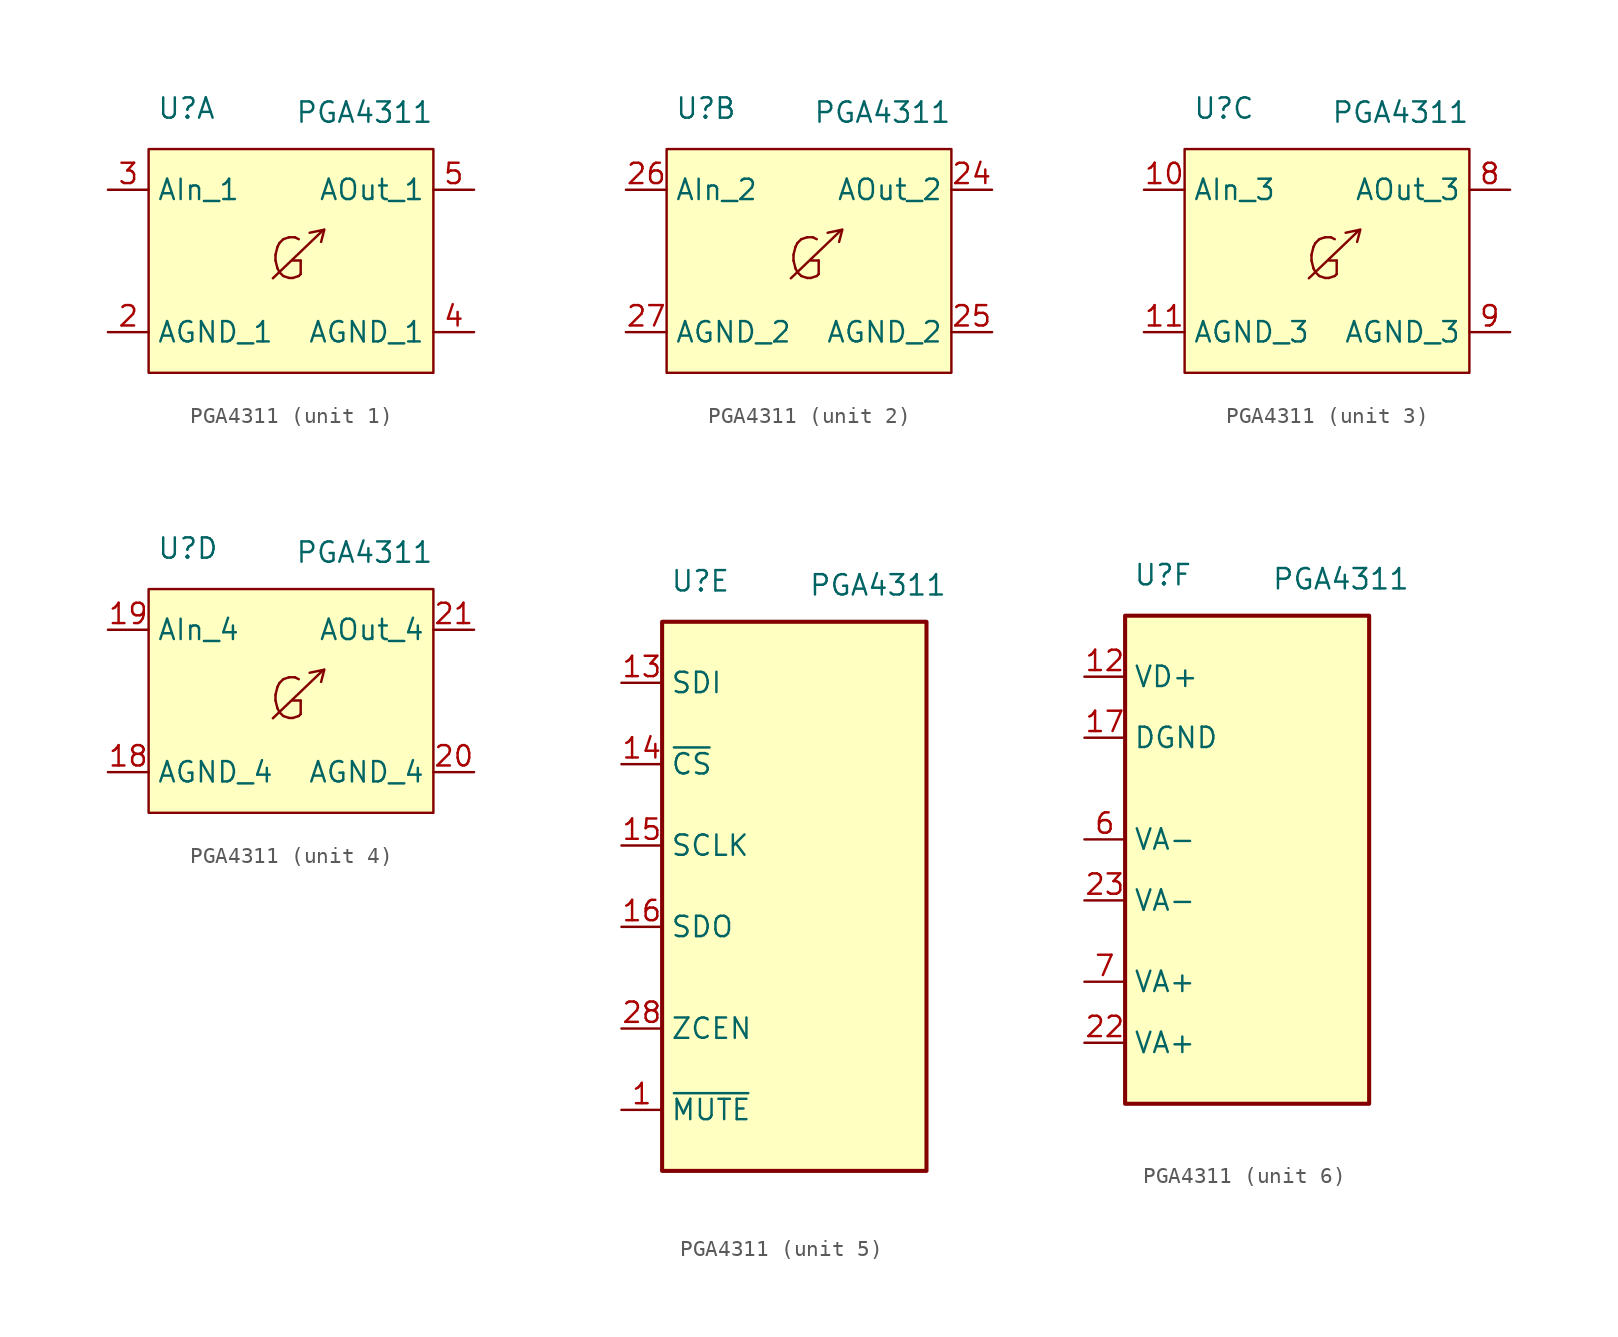
<source format=kicad_sym>
(kicad_symbol_lib
  (version 20241209)
  (generator "kicad_symbol_editor")
  (generator_version "9.0")
  (symbol "PGA4311"
    (property "Reference" "U"
      (at 0.508 2.54 0)
      (effects (font (size 1.27 1.27)) (justify left)))
    (property "Value" "PGA4311"
      (at 9.144 2.286 0)
      (effects (font (size 1.27 1.27)) (justify left)))
    (property "ki_locked" ""
      (at 0 0 0)
      (effects (font (size 1.27 1.27))))
    (symbol "PGA4311_1_1"
      (rectangle (start 0 0) (end 17.78 -13.97) (stroke (width 0) (type default)) (fill (type background)))
      (polyline (pts (xy 7.757 -8.068) (xy 10.917 -5.043) (xy 10.053 -5.226)) (stroke (width 0) (type default)) (fill (type none)))
      (polyline (pts (xy 10.972 -5.024) (xy 10.77 -5.796)) (stroke (width 0) (type default)) (fill (type none)))
      (text "G" (at 8.709 -6.88 0) (effects (font (size 2.54 2.54))))
      (pin input line (at -2.54 -2.54 0) (length 2.54) (name "AIn_1" (effects (font (size 1.27 1.27)))) (number "3" (effects (font (size 1.27 1.27)))))
      (pin power_in line (at -2.54 -11.43 0) (length 2.54) (name "AGND_1" (effects (font (size 1.27 1.27)))) (number "2" (effects (font (size 1.27 1.27)))))
      (pin output line (at 20.32 -2.54 180) (length 2.54) (name "AOut_1" (effects (font (size 1.27 1.27)))) (number "5" (effects (font (size 1.27 1.27)))))
      (pin power_in line (at 20.32 -11.43 180) (length 2.54) (name "AGND_1" (effects (font (size 1.27 1.27)))) (number "4" (effects (font (size 1.27 1.27))))))
    (symbol "PGA4311_2_1"
      (rectangle (start 0 0) (end 17.78 -13.97) (stroke (width 0) (type default)) (fill (type background)))
      (polyline (pts (xy 7.757 -8.068) (xy 10.917 -5.043) (xy 10.053 -5.226)) (stroke (width 0) (type default)) (fill (type none)))
      (polyline (pts (xy 10.972 -5.024) (xy 10.77 -5.796)) (stroke (width 0) (type default)) (fill (type none)))
      (text "G" (at 8.709 -6.88 0) (effects (font (size 2.54 2.54))))
      (pin input line (at -2.54 -2.54 0) (length 2.54) (name "AIn_2" (effects (font (size 1.27 1.27)))) (number "26" (effects (font (size 1.27 1.27)))))
      (pin power_in line (at -2.54 -11.43 0) (length 2.54) (name "AGND_2" (effects (font (size 1.27 1.27)))) (number "27" (effects (font (size 1.27 1.27)))))
      (pin output line (at 20.32 -2.54 180) (length 2.54) (name "AOut_2" (effects (font (size 1.27 1.27)))) (number "24" (effects (font (size 1.27 1.27)))))
      (pin power_in line (at 20.32 -11.43 180) (length 2.54) (name "AGND_2" (effects (font (size 1.27 1.27)))) (number "25" (effects (font (size 1.27 1.27))))))
    (symbol "PGA4311_3_1"
      (rectangle (start 0 0) (end 17.78 -13.97) (stroke (width 0) (type default)) (fill (type background)))
      (polyline (pts (xy 7.757 -8.068) (xy 10.917 -5.043) (xy 10.053 -5.226)) (stroke (width 0) (type default)) (fill (type none)))
      (polyline (pts (xy 10.972 -5.024) (xy 10.77 -5.796)) (stroke (width 0) (type default)) (fill (type none)))
      (text "G" (at 8.709 -6.88 0) (effects (font (size 2.54 2.54))))
      (pin input line (at -2.54 -2.54 0) (length 2.54) (name "AIn_3" (effects (font (size 1.27 1.27)))) (number "10" (effects (font (size 1.27 1.27)))))
      (pin power_in line (at -2.54 -11.43 0) (length 2.54) (name "AGND_3" (effects (font (size 1.27 1.27)))) (number "11" (effects (font (size 1.27 1.27)))))
      (pin output line (at 20.32 -2.54 180) (length 2.54) (name "AOut_3" (effects (font (size 1.27 1.27)))) (number "8" (effects (font (size 1.27 1.27)))))
      (pin power_in line (at 20.32 -11.43 180) (length 2.54) (name "AGND_3" (effects (font (size 1.27 1.27)))) (number "9" (effects (font (size 1.27 1.27))))))
    (symbol "PGA4311_4_1"
      (rectangle (start 0 0) (end 17.78 -13.97) (stroke (width 0) (type default)) (fill (type background)))
      (polyline (pts (xy 7.757 -8.068) (xy 10.917 -5.043) (xy 10.053 -5.226)) (stroke (width 0) (type default)) (fill (type none)))
      (polyline (pts (xy 10.972 -5.024) (xy 10.77 -5.796)) (stroke (width 0) (type default)) (fill (type none)))
      (text "G" (at 8.709 -6.88 0) (effects (font (size 2.54 2.54))))
      (pin input line (at -2.54 -2.54 0) (length 2.54) (name "AIn_4" (effects (font (size 1.27 1.27)))) (number "19" (effects (font (size 1.27 1.27)))))
      (pin power_in line (at -2.54 -11.43 0) (length 2.54) (name "AGND_4" (effects (font (size 1.27 1.27)))) (number "18" (effects (font (size 1.27 1.27)))))
      (pin output line (at 20.32 -2.54 180) (length 2.54) (name "AOut_4" (effects (font (size 1.27 1.27)))) (number "21" (effects (font (size 1.27 1.27)))))
      (pin power_in line (at 20.32 -11.43 180) (length 2.54) (name "AGND_4" (effects (font (size 1.27 1.27)))) (number "20" (effects (font (size 1.27 1.27))))))
    (symbol "PGA4311_5_1"
      (rectangle (start 0 0) (end 16.51 -34.29) (stroke (width 0.254) (type default)) (fill (type background)))
      (pin input line (at -2.54 -3.81 0) (length 2.54) (name "SDI" (effects (font (size 1.27 1.27)))) (number "13" (effects (font (size 1.27 1.27)))))
      (pin input line (at -2.54 -8.89 0) (length 2.54) (name "~{CS}" (effects (font (size 1.27 1.27)))) (number "14" (effects (font (size 1.27 1.27)))))
      (pin input line (at -2.54 -13.97 0) (length 2.54) (name "SCLK" (effects (font (size 1.27 1.27)))) (number "15" (effects (font (size 1.27 1.27)))))
      (pin output line (at -2.54 -19.05 0) (length 2.54) (name "SDO" (effects (font (size 1.27 1.27)))) (number "16" (effects (font (size 1.27 1.27)))))
      (pin input line (at -2.54 -25.4 0) (length 2.54) (name "ZCEN" (effects (font (size 1.27 1.27)))) (number "28" (effects (font (size 1.27 1.27)))))
      (pin input line (at -2.54 -30.48 0) (length 2.54) (name "~{MUTE}" (effects (font (size 1.27 1.27)))) (number "1" (effects (font (size 1.27 1.27))))))
    (symbol "PGA4311_6_1"
      (rectangle (start 0 0) (end 15.24 -30.48) (stroke (width 0.254) (type default)) (fill (type background)))
      (pin power_in line (at -2.54 -3.81 0) (length 2.54) (name "VD+" (effects (font (size 1.27 1.27)))) (number "12" (effects (font (size 1.27 1.27)))))
      (pin power_in line (at -2.54 -7.62 0) (length 2.54) (name "DGND" (effects (font (size 1.27 1.27)))) (number "17" (effects (font (size 1.27 1.27)))))
      (pin power_in line (at -2.54 -13.97 0) (length 2.54) (name "VA-" (effects (font (size 1.27 1.27)))) (number "6" (effects (font (size 1.27 1.27)))))
      (pin power_in line (at -2.54 -17.78 0) (length 2.54) (name "VA-" (effects (font (size 1.27 1.27)))) (number "23" (effects (font (size 1.27 1.27)))))
      (pin power_in line (at -2.54 -22.86 0) (length 2.54) (name "VA+" (effects (font (size 1.27 1.27)))) (number "7" (effects (font (size 1.27 1.27)))))
      (pin power_in line (at -2.54 -26.67 0) (length 2.54) (name "VA+" (effects (font (size 1.27 1.27)))) (number "22" (effects (font (size 1.27 1.27))))))))
</source>
